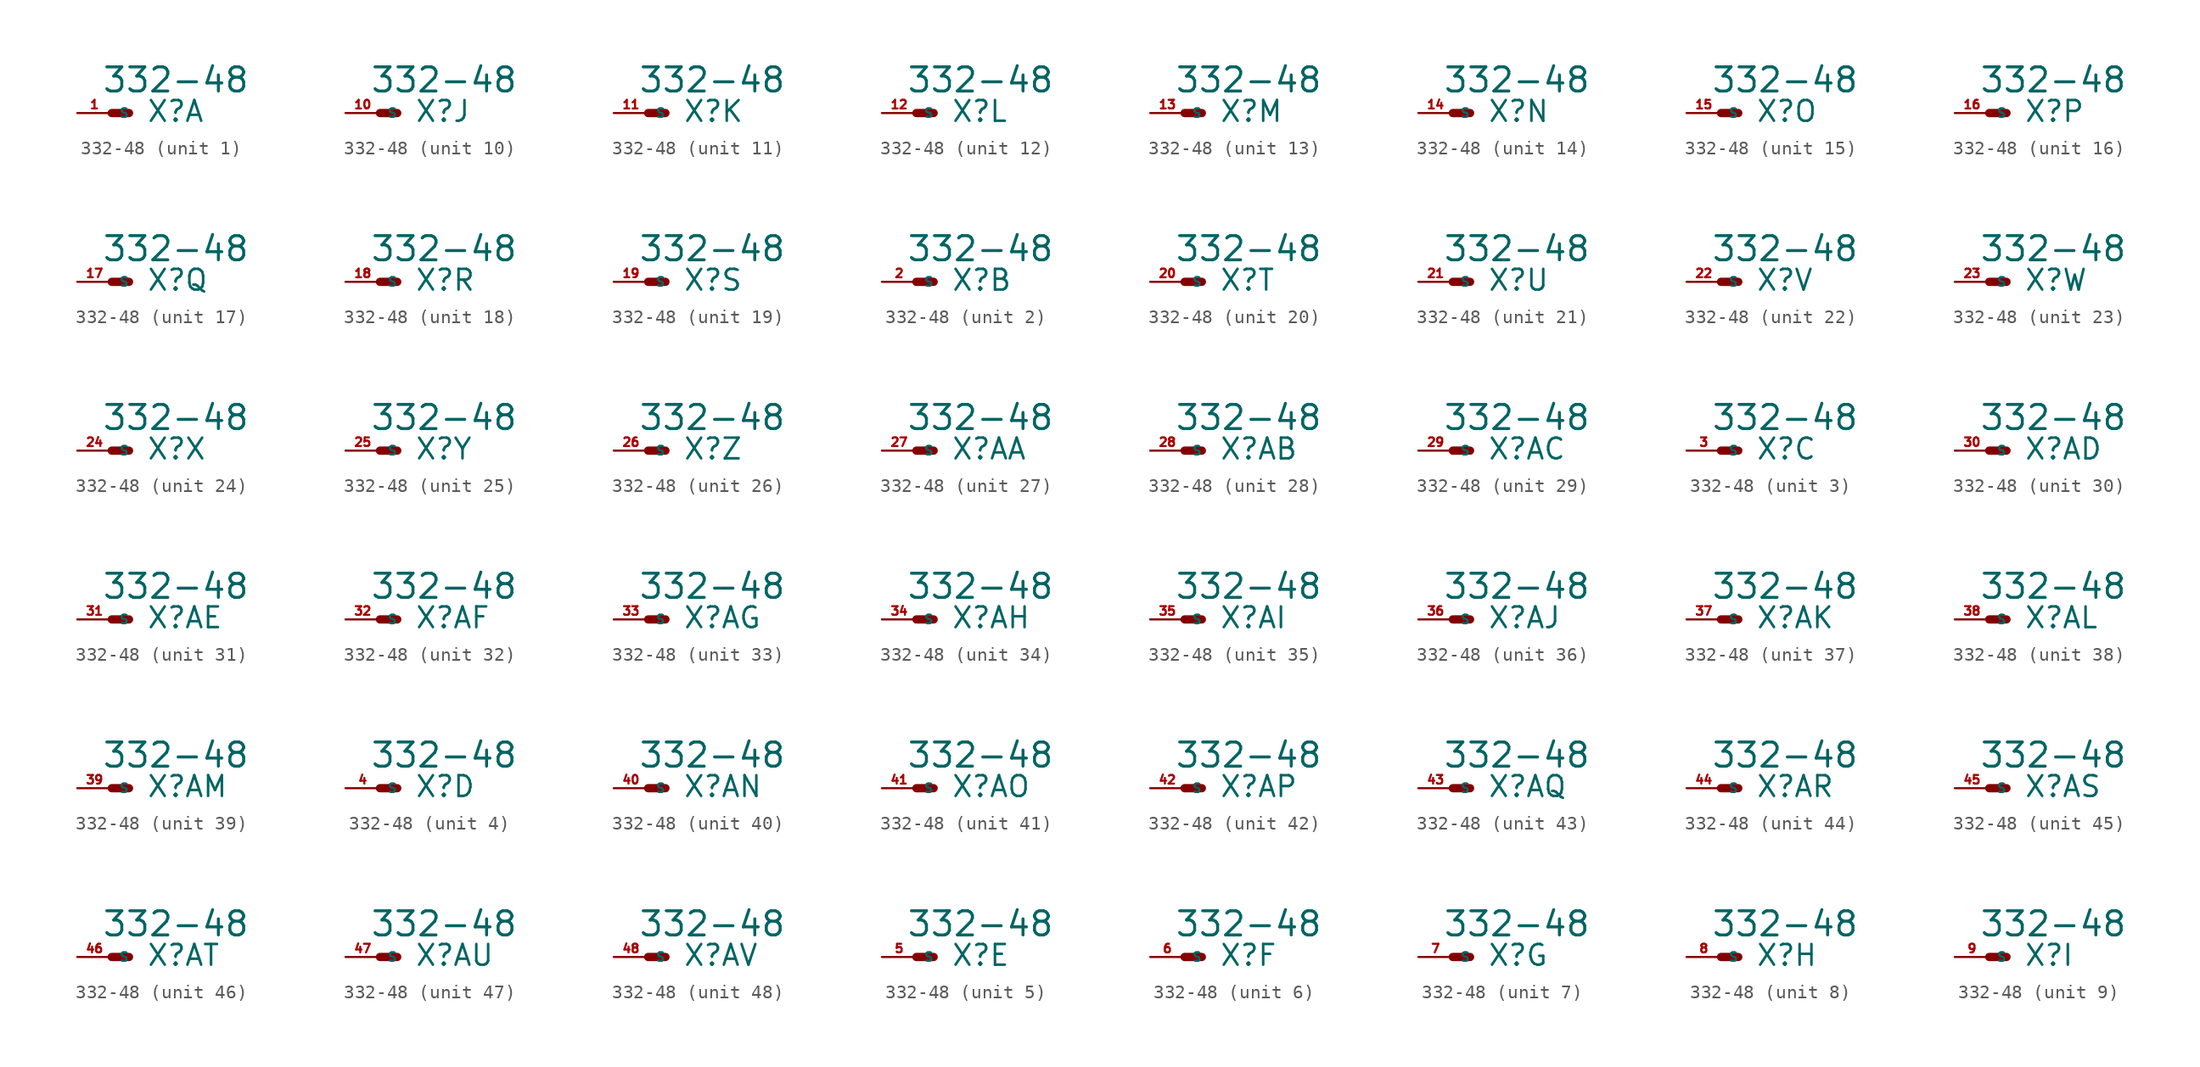
<source format=kicad_sym>
(kicad_symbol_lib
  (version 20220914)
  (generator Eagle2Kicad)
  (symbol "332-48"
    (property "Reference" "X"
      (at 2.54 -0.762 0)
      (effects (font (size 1.524 1.524) (thickness 0.19)) (justify left bottom)))
    (property "Value" "332-48"
      (at -0.762 1.397 0)
      (effects (font (size 1.778 1.778) (thickness 0.22)) (justify left bottom)))
    (symbol "332-48_1_0"
      (polyline (pts (xy 1.27 0) (xy 0 0)) (stroke (width 0.61) (type default)) (fill (type none)))
      (pin passive line (at -2.54 0 0) (length 2.54) (name "S" (effects (font (size 0.635 0.635) (thickness 0.08)) (justify left bottom))) (number "1" (effects (font (size 0.635 0.635) (thickness 0.08)) (justify left bottom)))))
    (symbol "332-48_2_0"
      (polyline (pts (xy 1.27 0) (xy 0 0)) (stroke (width 0.61) (type default)) (fill (type none)))
      (pin passive line (at -2.54 0 0) (length 2.54) (name "S" (effects (font (size 0.635 0.635) (thickness 0.08)) (justify left bottom))) (number "2" (effects (font (size 0.635 0.635) (thickness 0.08)) (justify left bottom)))))
    (symbol "332-48_3_0"
      (polyline (pts (xy 1.27 0) (xy 0 0)) (stroke (width 0.61) (type default)) (fill (type none)))
      (pin passive line (at -2.54 0 0) (length 2.54) (name "S" (effects (font (size 0.635 0.635) (thickness 0.08)) (justify left bottom))) (number "3" (effects (font (size 0.635 0.635) (thickness 0.08)) (justify left bottom)))))
    (symbol "332-48_4_0"
      (polyline (pts (xy 1.27 0) (xy 0 0)) (stroke (width 0.61) (type default)) (fill (type none)))
      (pin passive line (at -2.54 0 0) (length 2.54) (name "S" (effects (font (size 0.635 0.635) (thickness 0.08)) (justify left bottom))) (number "4" (effects (font (size 0.635 0.635) (thickness 0.08)) (justify left bottom)))))
    (symbol "332-48_5_0"
      (polyline (pts (xy 1.27 0) (xy 0 0)) (stroke (width 0.61) (type default)) (fill (type none)))
      (pin passive line (at -2.54 0 0) (length 2.54) (name "S" (effects (font (size 0.635 0.635) (thickness 0.08)) (justify left bottom))) (number "5" (effects (font (size 0.635 0.635) (thickness 0.08)) (justify left bottom)))))
    (symbol "332-48_6_0"
      (polyline (pts (xy 1.27 0) (xy 0 0)) (stroke (width 0.61) (type default)) (fill (type none)))
      (pin passive line (at -2.54 0 0) (length 2.54) (name "S" (effects (font (size 0.635 0.635) (thickness 0.08)) (justify left bottom))) (number "6" (effects (font (size 0.635 0.635) (thickness 0.08)) (justify left bottom)))))
    (symbol "332-48_7_0"
      (polyline (pts (xy 1.27 0) (xy 0 0)) (stroke (width 0.61) (type default)) (fill (type none)))
      (pin passive line (at -2.54 0 0) (length 2.54) (name "S" (effects (font (size 0.635 0.635) (thickness 0.08)) (justify left bottom))) (number "7" (effects (font (size 0.635 0.635) (thickness 0.08)) (justify left bottom)))))
    (symbol "332-48_8_0"
      (polyline (pts (xy 1.27 0) (xy 0 0)) (stroke (width 0.61) (type default)) (fill (type none)))
      (pin passive line (at -2.54 0 0) (length 2.54) (name "S" (effects (font (size 0.635 0.635) (thickness 0.08)) (justify left bottom))) (number "8" (effects (font (size 0.635 0.635) (thickness 0.08)) (justify left bottom)))))
    (symbol "332-48_9_0"
      (polyline (pts (xy 1.27 0) (xy 0 0)) (stroke (width 0.61) (type default)) (fill (type none)))
      (pin passive line (at -2.54 0 0) (length 2.54) (name "S" (effects (font (size 0.635 0.635) (thickness 0.08)) (justify left bottom))) (number "9" (effects (font (size 0.635 0.635) (thickness 0.08)) (justify left bottom)))))
    (symbol "332-48_10_0"
      (polyline (pts (xy 1.27 0) (xy 0 0)) (stroke (width 0.61) (type default)) (fill (type none)))
      (pin passive line (at -2.54 0 0) (length 2.54) (name "S" (effects (font (size 0.635 0.635) (thickness 0.08)) (justify left bottom))) (number "10" (effects (font (size 0.635 0.635) (thickness 0.08)) (justify left bottom)))))
    (symbol "332-48_11_0"
      (polyline (pts (xy 1.27 0) (xy 0 0)) (stroke (width 0.61) (type default)) (fill (type none)))
      (pin passive line (at -2.54 0 0) (length 2.54) (name "S" (effects (font (size 0.635 0.635) (thickness 0.08)) (justify left bottom))) (number "11" (effects (font (size 0.635 0.635) (thickness 0.08)) (justify left bottom)))))
    (symbol "332-48_12_0"
      (polyline (pts (xy 1.27 0) (xy 0 0)) (stroke (width 0.61) (type default)) (fill (type none)))
      (pin passive line (at -2.54 0 0) (length 2.54) (name "S" (effects (font (size 0.635 0.635) (thickness 0.08)) (justify left bottom))) (number "12" (effects (font (size 0.635 0.635) (thickness 0.08)) (justify left bottom)))))
    (symbol "332-48_13_0"
      (polyline (pts (xy 1.27 0) (xy 0 0)) (stroke (width 0.61) (type default)) (fill (type none)))
      (pin passive line (at -2.54 0 0) (length 2.54) (name "S" (effects (font (size 0.635 0.635) (thickness 0.08)) (justify left bottom))) (number "13" (effects (font (size 0.635 0.635) (thickness 0.08)) (justify left bottom)))))
    (symbol "332-48_14_0"
      (polyline (pts (xy 1.27 0) (xy 0 0)) (stroke (width 0.61) (type default)) (fill (type none)))
      (pin passive line (at -2.54 0 0) (length 2.54) (name "S" (effects (font (size 0.635 0.635) (thickness 0.08)) (justify left bottom))) (number "14" (effects (font (size 0.635 0.635) (thickness 0.08)) (justify left bottom)))))
    (symbol "332-48_15_0"
      (polyline (pts (xy 1.27 0) (xy 0 0)) (stroke (width 0.61) (type default)) (fill (type none)))
      (pin passive line (at -2.54 0 0) (length 2.54) (name "S" (effects (font (size 0.635 0.635) (thickness 0.08)) (justify left bottom))) (number "15" (effects (font (size 0.635 0.635) (thickness 0.08)) (justify left bottom)))))
    (symbol "332-48_16_0"
      (polyline (pts (xy 1.27 0) (xy 0 0)) (stroke (width 0.61) (type default)) (fill (type none)))
      (pin passive line (at -2.54 0 0) (length 2.54) (name "S" (effects (font (size 0.635 0.635) (thickness 0.08)) (justify left bottom))) (number "16" (effects (font (size 0.635 0.635) (thickness 0.08)) (justify left bottom)))))
    (symbol "332-48_17_0"
      (polyline (pts (xy 1.27 0) (xy 0 0)) (stroke (width 0.61) (type default)) (fill (type none)))
      (pin passive line (at -2.54 0 0) (length 2.54) (name "S" (effects (font (size 0.635 0.635) (thickness 0.08)) (justify left bottom))) (number "17" (effects (font (size 0.635 0.635) (thickness 0.08)) (justify left bottom)))))
    (symbol "332-48_18_0"
      (polyline (pts (xy 1.27 0) (xy 0 0)) (stroke (width 0.61) (type default)) (fill (type none)))
      (pin passive line (at -2.54 0 0) (length 2.54) (name "S" (effects (font (size 0.635 0.635) (thickness 0.08)) (justify left bottom))) (number "18" (effects (font (size 0.635 0.635) (thickness 0.08)) (justify left bottom)))))
    (symbol "332-48_19_0"
      (polyline (pts (xy 1.27 0) (xy 0 0)) (stroke (width 0.61) (type default)) (fill (type none)))
      (pin passive line (at -2.54 0 0) (length 2.54) (name "S" (effects (font (size 0.635 0.635) (thickness 0.08)) (justify left bottom))) (number "19" (effects (font (size 0.635 0.635) (thickness 0.08)) (justify left bottom)))))
    (symbol "332-48_20_0"
      (polyline (pts (xy 1.27 0) (xy 0 0)) (stroke (width 0.61) (type default)) (fill (type none)))
      (pin passive line (at -2.54 0 0) (length 2.54) (name "S" (effects (font (size 0.635 0.635) (thickness 0.08)) (justify left bottom))) (number "20" (effects (font (size 0.635 0.635) (thickness 0.08)) (justify left bottom)))))
    (symbol "332-48_21_0"
      (polyline (pts (xy 1.27 0) (xy 0 0)) (stroke (width 0.61) (type default)) (fill (type none)))
      (pin passive line (at -2.54 0 0) (length 2.54) (name "S" (effects (font (size 0.635 0.635) (thickness 0.08)) (justify left bottom))) (number "21" (effects (font (size 0.635 0.635) (thickness 0.08)) (justify left bottom)))))
    (symbol "332-48_22_0"
      (polyline (pts (xy 1.27 0) (xy 0 0)) (stroke (width 0.61) (type default)) (fill (type none)))
      (pin passive line (at -2.54 0 0) (length 2.54) (name "S" (effects (font (size 0.635 0.635) (thickness 0.08)) (justify left bottom))) (number "22" (effects (font (size 0.635 0.635) (thickness 0.08)) (justify left bottom)))))
    (symbol "332-48_23_0"
      (polyline (pts (xy 1.27 0) (xy 0 0)) (stroke (width 0.61) (type default)) (fill (type none)))
      (pin passive line (at -2.54 0 0) (length 2.54) (name "S" (effects (font (size 0.635 0.635) (thickness 0.08)) (justify left bottom))) (number "23" (effects (font (size 0.635 0.635) (thickness 0.08)) (justify left bottom)))))
    (symbol "332-48_24_0"
      (polyline (pts (xy 1.27 0) (xy 0 0)) (stroke (width 0.61) (type default)) (fill (type none)))
      (pin passive line (at -2.54 0 0) (length 2.54) (name "S" (effects (font (size 0.635 0.635) (thickness 0.08)) (justify left bottom))) (number "24" (effects (font (size 0.635 0.635) (thickness 0.08)) (justify left bottom)))))
    (symbol "332-48_25_0"
      (polyline (pts (xy 1.27 0) (xy 0 0)) (stroke (width 0.61) (type default)) (fill (type none)))
      (pin passive line (at -2.54 0 0) (length 2.54) (name "S" (effects (font (size 0.635 0.635) (thickness 0.08)) (justify left bottom))) (number "25" (effects (font (size 0.635 0.635) (thickness 0.08)) (justify left bottom)))))
    (symbol "332-48_26_0"
      (polyline (pts (xy 1.27 0) (xy 0 0)) (stroke (width 0.61) (type default)) (fill (type none)))
      (pin passive line (at -2.54 0 0) (length 2.54) (name "S" (effects (font (size 0.635 0.635) (thickness 0.08)) (justify left bottom))) (number "26" (effects (font (size 0.635 0.635) (thickness 0.08)) (justify left bottom)))))
    (symbol "332-48_27_0"
      (polyline (pts (xy 1.27 0) (xy 0 0)) (stroke (width 0.61) (type default)) (fill (type none)))
      (pin passive line (at -2.54 0 0) (length 2.54) (name "S" (effects (font (size 0.635 0.635) (thickness 0.08)) (justify left bottom))) (number "27" (effects (font (size 0.635 0.635) (thickness 0.08)) (justify left bottom)))))
    (symbol "332-48_28_0"
      (polyline (pts (xy 1.27 0) (xy 0 0)) (stroke (width 0.61) (type default)) (fill (type none)))
      (pin passive line (at -2.54 0 0) (length 2.54) (name "S" (effects (font (size 0.635 0.635) (thickness 0.08)) (justify left bottom))) (number "28" (effects (font (size 0.635 0.635) (thickness 0.08)) (justify left bottom)))))
    (symbol "332-48_29_0"
      (polyline (pts (xy 1.27 0) (xy 0 0)) (stroke (width 0.61) (type default)) (fill (type none)))
      (pin passive line (at -2.54 0 0) (length 2.54) (name "S" (effects (font (size 0.635 0.635) (thickness 0.08)) (justify left bottom))) (number "29" (effects (font (size 0.635 0.635) (thickness 0.08)) (justify left bottom)))))
    (symbol "332-48_30_0"
      (polyline (pts (xy 1.27 0) (xy 0 0)) (stroke (width 0.61) (type default)) (fill (type none)))
      (pin passive line (at -2.54 0 0) (length 2.54) (name "S" (effects (font (size 0.635 0.635) (thickness 0.08)) (justify left bottom))) (number "30" (effects (font (size 0.635 0.635) (thickness 0.08)) (justify left bottom)))))
    (symbol "332-48_31_0"
      (polyline (pts (xy 1.27 0) (xy 0 0)) (stroke (width 0.61) (type default)) (fill (type none)))
      (pin passive line (at -2.54 0 0) (length 2.54) (name "S" (effects (font (size 0.635 0.635) (thickness 0.08)) (justify left bottom))) (number "31" (effects (font (size 0.635 0.635) (thickness 0.08)) (justify left bottom)))))
    (symbol "332-48_32_0"
      (polyline (pts (xy 1.27 0) (xy 0 0)) (stroke (width 0.61) (type default)) (fill (type none)))
      (pin passive line (at -2.54 0 0) (length 2.54) (name "S" (effects (font (size 0.635 0.635) (thickness 0.08)) (justify left bottom))) (number "32" (effects (font (size 0.635 0.635) (thickness 0.08)) (justify left bottom)))))
    (symbol "332-48_33_0"
      (polyline (pts (xy 1.27 0) (xy 0 0)) (stroke (width 0.61) (type default)) (fill (type none)))
      (pin passive line (at -2.54 0 0) (length 2.54) (name "S" (effects (font (size 0.635 0.635) (thickness 0.08)) (justify left bottom))) (number "33" (effects (font (size 0.635 0.635) (thickness 0.08)) (justify left bottom)))))
    (symbol "332-48_34_0"
      (polyline (pts (xy 1.27 0) (xy 0 0)) (stroke (width 0.61) (type default)) (fill (type none)))
      (pin passive line (at -2.54 0 0) (length 2.54) (name "S" (effects (font (size 0.635 0.635) (thickness 0.08)) (justify left bottom))) (number "34" (effects (font (size 0.635 0.635) (thickness 0.08)) (justify left bottom)))))
    (symbol "332-48_35_0"
      (polyline (pts (xy 1.27 0) (xy 0 0)) (stroke (width 0.61) (type default)) (fill (type none)))
      (pin passive line (at -2.54 0 0) (length 2.54) (name "S" (effects (font (size 0.635 0.635) (thickness 0.08)) (justify left bottom))) (number "35" (effects (font (size 0.635 0.635) (thickness 0.08)) (justify left bottom)))))
    (symbol "332-48_36_0"
      (polyline (pts (xy 1.27 0) (xy 0 0)) (stroke (width 0.61) (type default)) (fill (type none)))
      (pin passive line (at -2.54 0 0) (length 2.54) (name "S" (effects (font (size 0.635 0.635) (thickness 0.08)) (justify left bottom))) (number "36" (effects (font (size 0.635 0.635) (thickness 0.08)) (justify left bottom)))))
    (symbol "332-48_37_0"
      (polyline (pts (xy 1.27 0) (xy 0 0)) (stroke (width 0.61) (type default)) (fill (type none)))
      (pin passive line (at -2.54 0 0) (length 2.54) (name "S" (effects (font (size 0.635 0.635) (thickness 0.08)) (justify left bottom))) (number "37" (effects (font (size 0.635 0.635) (thickness 0.08)) (justify left bottom)))))
    (symbol "332-48_38_0"
      (polyline (pts (xy 1.27 0) (xy 0 0)) (stroke (width 0.61) (type default)) (fill (type none)))
      (pin passive line (at -2.54 0 0) (length 2.54) (name "S" (effects (font (size 0.635 0.635) (thickness 0.08)) (justify left bottom))) (number "38" (effects (font (size 0.635 0.635) (thickness 0.08)) (justify left bottom)))))
    (symbol "332-48_39_0"
      (polyline (pts (xy 1.27 0) (xy 0 0)) (stroke (width 0.61) (type default)) (fill (type none)))
      (pin passive line (at -2.54 0 0) (length 2.54) (name "S" (effects (font (size 0.635 0.635) (thickness 0.08)) (justify left bottom))) (number "39" (effects (font (size 0.635 0.635) (thickness 0.08)) (justify left bottom)))))
    (symbol "332-48_40_0"
      (polyline (pts (xy 1.27 0) (xy 0 0)) (stroke (width 0.61) (type default)) (fill (type none)))
      (pin passive line (at -2.54 0 0) (length 2.54) (name "S" (effects (font (size 0.635 0.635) (thickness 0.08)) (justify left bottom))) (number "40" (effects (font (size 0.635 0.635) (thickness 0.08)) (justify left bottom)))))
    (symbol "332-48_41_0"
      (polyline (pts (xy 1.27 0) (xy 0 0)) (stroke (width 0.61) (type default)) (fill (type none)))
      (pin passive line (at -2.54 0 0) (length 2.54) (name "S" (effects (font (size 0.635 0.635) (thickness 0.08)) (justify left bottom))) (number "41" (effects (font (size 0.635 0.635) (thickness 0.08)) (justify left bottom)))))
    (symbol "332-48_42_0"
      (polyline (pts (xy 1.27 0) (xy 0 0)) (stroke (width 0.61) (type default)) (fill (type none)))
      (pin passive line (at -2.54 0 0) (length 2.54) (name "S" (effects (font (size 0.635 0.635) (thickness 0.08)) (justify left bottom))) (number "42" (effects (font (size 0.635 0.635) (thickness 0.08)) (justify left bottom)))))
    (symbol "332-48_43_0"
      (polyline (pts (xy 1.27 0) (xy 0 0)) (stroke (width 0.61) (type default)) (fill (type none)))
      (pin passive line (at -2.54 0 0) (length 2.54) (name "S" (effects (font (size 0.635 0.635) (thickness 0.08)) (justify left bottom))) (number "43" (effects (font (size 0.635 0.635) (thickness 0.08)) (justify left bottom)))))
    (symbol "332-48_44_0"
      (polyline (pts (xy 1.27 0) (xy 0 0)) (stroke (width 0.61) (type default)) (fill (type none)))
      (pin passive line (at -2.54 0 0) (length 2.54) (name "S" (effects (font (size 0.635 0.635) (thickness 0.08)) (justify left bottom))) (number "44" (effects (font (size 0.635 0.635) (thickness 0.08)) (justify left bottom)))))
    (symbol "332-48_45_0"
      (polyline (pts (xy 1.27 0) (xy 0 0)) (stroke (width 0.61) (type default)) (fill (type none)))
      (pin passive line (at -2.54 0 0) (length 2.54) (name "S" (effects (font (size 0.635 0.635) (thickness 0.08)) (justify left bottom))) (number "45" (effects (font (size 0.635 0.635) (thickness 0.08)) (justify left bottom)))))
    (symbol "332-48_46_0"
      (polyline (pts (xy 1.27 0) (xy 0 0)) (stroke (width 0.61) (type default)) (fill (type none)))
      (pin passive line (at -2.54 0 0) (length 2.54) (name "S" (effects (font (size 0.635 0.635) (thickness 0.08)) (justify left bottom))) (number "46" (effects (font (size 0.635 0.635) (thickness 0.08)) (justify left bottom)))))
    (symbol "332-48_47_0"
      (polyline (pts (xy 1.27 0) (xy 0 0)) (stroke (width 0.61) (type default)) (fill (type none)))
      (pin passive line (at -2.54 0 0) (length 2.54) (name "S" (effects (font (size 0.635 0.635) (thickness 0.08)) (justify left bottom))) (number "47" (effects (font (size 0.635 0.635) (thickness 0.08)) (justify left bottom)))))
    (symbol "332-48_48_0"
      (polyline (pts (xy 1.27 0) (xy 0 0)) (stroke (width 0.61) (type default)) (fill (type none)))
      (pin passive line (at -2.54 0 0) (length 2.54) (name "S" (effects (font (size 0.635 0.635) (thickness 0.08)) (justify left bottom))) (number "48" (effects (font (size 0.635 0.635) (thickness 0.08)) (justify left bottom)))))))
</source>
